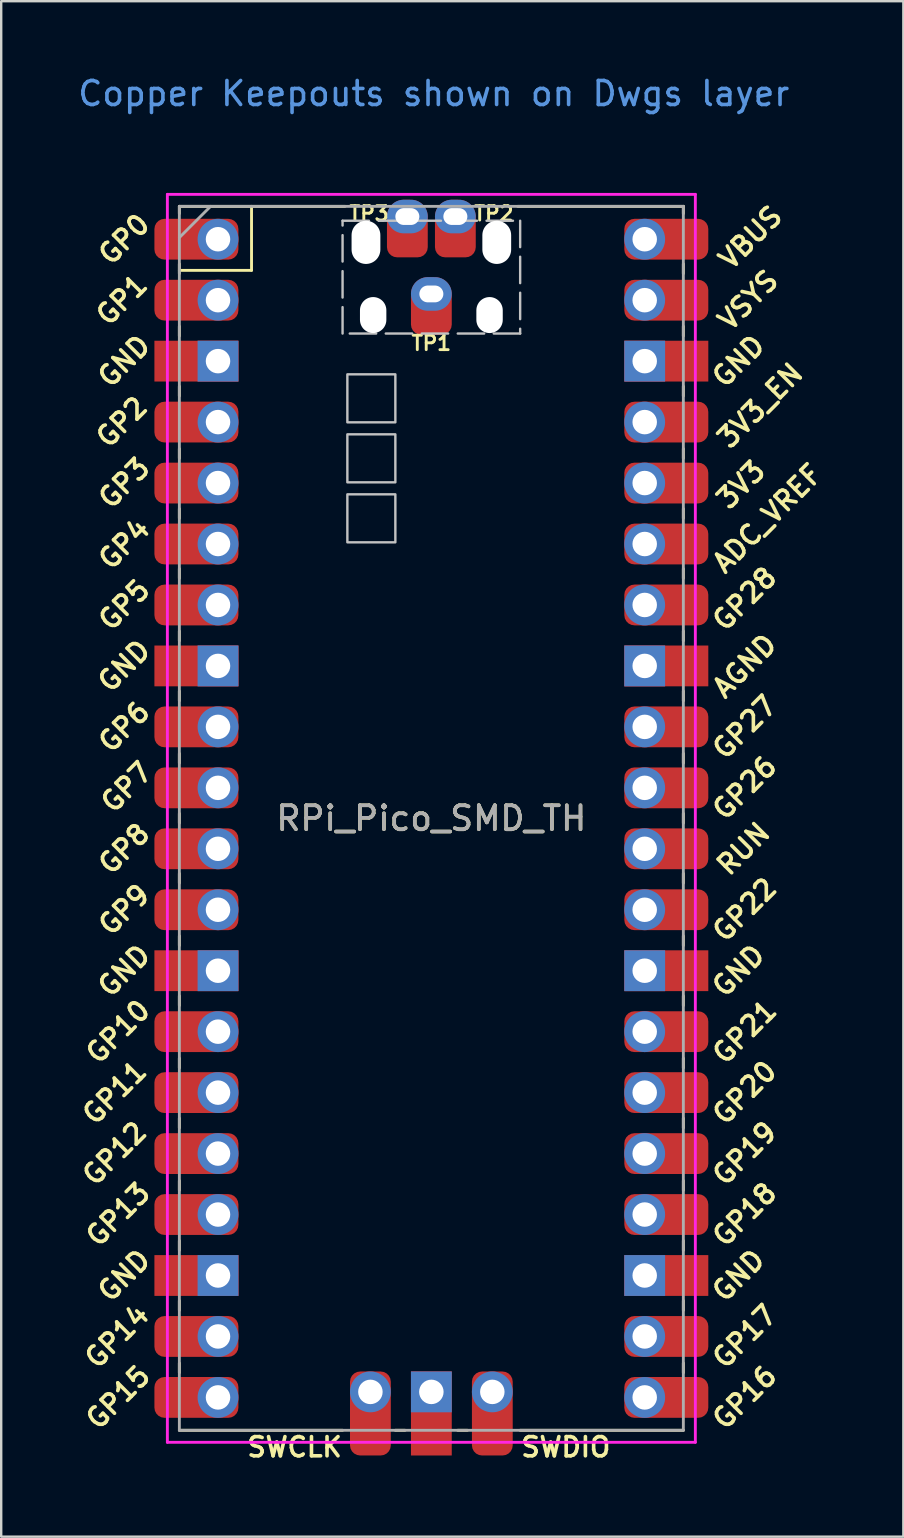
<source format=kicad_pcb>
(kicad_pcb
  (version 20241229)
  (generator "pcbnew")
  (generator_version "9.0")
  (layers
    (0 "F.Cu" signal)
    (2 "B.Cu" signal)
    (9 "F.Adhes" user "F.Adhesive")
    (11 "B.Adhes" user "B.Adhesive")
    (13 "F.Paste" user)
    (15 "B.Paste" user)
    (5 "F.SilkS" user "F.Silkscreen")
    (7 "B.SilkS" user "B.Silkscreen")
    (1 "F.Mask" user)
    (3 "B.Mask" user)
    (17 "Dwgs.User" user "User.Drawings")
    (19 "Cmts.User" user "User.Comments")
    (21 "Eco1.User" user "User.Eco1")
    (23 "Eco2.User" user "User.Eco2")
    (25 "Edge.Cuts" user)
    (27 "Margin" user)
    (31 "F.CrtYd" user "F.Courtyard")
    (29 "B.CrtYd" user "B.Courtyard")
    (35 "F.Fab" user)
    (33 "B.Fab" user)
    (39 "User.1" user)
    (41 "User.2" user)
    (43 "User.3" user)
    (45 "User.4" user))
  (footprint "RPi_Pico_SMD_TH"
    (layer "F.Cu")
    (at 14.924 31.048)
    (property "Reference" "RPi_Pico_SMD_TH" (at 0 0 0) (layer "F.SilkS") (effects (font (size 1 1) (thickness 0.15))))
    (attr through_hole)
    (fp_line (start -10.5 -25.5) (end -10.5 -25.2) (stroke (width 0.12) (type solid)) (layer "F.SilkS"))
    (fp_line (start -10.5 -25.5) (end -3.6 -25.5) (stroke (width 0.12) (type solid)) (layer "F.SilkS"))
    (fp_line (start -10.5 -23.1) (end -10.5 -22.7) (stroke (width 0.12) (type solid)) (layer "F.SilkS"))
    (fp_line (start -10.5 -22.833) (end -7.493 -22.833) (stroke (width 0.12) (type solid)) (layer "F.SilkS"))
    (fp_line (start -10.5 -20.5) (end -10.5 -20.1) (stroke (width 0.12) (type solid)) (layer "F.SilkS"))
    (fp_line (start -10.5 -18) (end -10.5 -17.6) (stroke (width 0.12) (type solid)) (layer "F.SilkS"))
    (fp_line (start -10.5 -15.4) (end -10.5 -15) (stroke (width 0.12) (type solid)) (layer "F.SilkS"))
    (fp_line (start -10.5 -12.9) (end -10.5 -12.5) (stroke (width 0.12) (type solid)) (layer "F.SilkS"))
    (fp_line (start -10.5 -10.4) (end -10.5 -10) (stroke (width 0.12) (type solid)) (layer "F.SilkS"))
    (fp_line (start -10.5 -7.8) (end -10.5 -7.4) (stroke (width 0.12) (type solid)) (layer "F.SilkS"))
    (fp_line (start -10.5 -5.3) (end -10.5 -4.9) (stroke (width 0.12) (type solid)) (layer "F.SilkS"))
    (fp_line (start -10.5 -2.7) (end -10.5 -2.3) (stroke (width 0.12) (type solid)) (layer "F.SilkS"))
    (fp_line (start -10.5 -0.2) (end -10.5 0.2) (stroke (width 0.12) (type solid)) (layer "F.SilkS"))
    (fp_line (start -10.5 2.3) (end -10.5 2.7) (stroke (width 0.12) (type solid)) (layer "F.SilkS"))
    (fp_line (start -10.5 4.9) (end -10.5 5.3) (stroke (width 0.12) (type solid)) (layer "F.SilkS"))
    (fp_line (start -10.5 7.4) (end -10.5 7.8) (stroke (width 0.12) (type solid)) (layer "F.SilkS"))
    (fp_line (start -10.5 10) (end -10.5 10.4) (stroke (width 0.12) (type solid)) (layer "F.SilkS"))
    (fp_line (start -10.5 12.5) (end -10.5 12.9) (stroke (width 0.12) (type solid)) (layer "F.SilkS"))
    (fp_line (start -10.5 15.1) (end -10.5 15.5) (stroke (width 0.12) (type solid)) (layer "F.SilkS"))
    (fp_line (start -10.5 17.6) (end -10.5 18) (stroke (width 0.12) (type solid)) (layer "F.SilkS"))
    (fp_line (start -10.5 20.1) (end -10.5 20.5) (stroke (width 0.12) (type solid)) (layer "F.SilkS"))
    (fp_line (start -10.5 22.7) (end -10.5 23.1) (stroke (width 0.12) (type solid)) (layer "F.SilkS"))
    (fp_line (start -7.493 -22.833) (end -7.493 -25.5) (stroke (width 0.12) (type solid)) (layer "F.SilkS"))
    (fp_line (start -3.7 25.5) (end -10.5 25.5) (stroke (width 0.12) (type solid)) (layer "F.SilkS"))
    (fp_line (start -1.5 25.5) (end -1.1 25.5) (stroke (width 0.12) (type solid)) (layer "F.SilkS"))
    (fp_line (start 1.1 25.5) (end 1.5 25.5) (stroke (width 0.12) (type solid)) (layer "F.SilkS"))
    (fp_line (start 3.6 -25.5) (end 10.5 -25.5) (stroke (width 0.12) (type solid)) (layer "F.SilkS"))
    (fp_line (start 10.5 -25.5) (end 10.5 -25.2) (stroke (width 0.12) (type solid)) (layer "F.SilkS"))
    (fp_line (start 10.5 -23.1) (end 10.5 -22.7) (stroke (width 0.12) (type solid)) (layer "F.SilkS"))
    (fp_line (start 10.5 -20.5) (end 10.5 -20.1) (stroke (width 0.12) (type solid)) (layer "F.SilkS"))
    (fp_line (start 10.5 -18) (end 10.5 -17.6) (stroke (width 0.12) (type solid)) (layer "F.SilkS"))
    (fp_line (start 10.5 -15.4) (end 10.5 -15) (stroke (width 0.12) (type solid)) (layer "F.SilkS"))
    (fp_line (start 10.5 -12.9) (end 10.5 -12.5) (stroke (width 0.12) (type solid)) (layer "F.SilkS"))
    (fp_line (start 10.5 -10.4) (end 10.5 -10) (stroke (width 0.12) (type solid)) (layer "F.SilkS"))
    (fp_line (start 10.5 -7.8) (end 10.5 -7.4) (stroke (width 0.12) (type solid)) (layer "F.SilkS"))
    (fp_line (start 10.5 -5.3) (end 10.5 -4.9) (stroke (width 0.12) (type solid)) (layer "F.SilkS"))
    (fp_line (start 10.5 -2.7) (end 10.5 -2.3) (stroke (width 0.12) (type solid)) (layer "F.SilkS"))
    (fp_line (start 10.5 -0.2) (end 10.5 0.2) (stroke (width 0.12) (type solid)) (layer "F.SilkS"))
    (fp_line (start 10.5 2.3) (end 10.5 2.7) (stroke (width 0.12) (type solid)) (layer "F.SilkS"))
    (fp_line (start 10.5 4.9) (end 10.5 5.3) (stroke (width 0.12) (type solid)) (layer "F.SilkS"))
    (fp_line (start 10.5 7.4) (end 10.5 7.8) (stroke (width 0.12) (type solid)) (layer "F.SilkS"))
    (fp_line (start 10.5 10) (end 10.5 10.4) (stroke (width 0.12) (type solid)) (layer "F.SilkS"))
    (fp_line (start 10.5 12.5) (end 10.5 12.9) (stroke (width 0.12) (type solid)) (layer "F.SilkS"))
    (fp_line (start 10.5 15.1) (end 10.5 15.5) (stroke (width 0.12) (type solid)) (layer "F.SilkS"))
    (fp_line (start 10.5 17.6) (end 10.5 18) (stroke (width 0.12) (type solid)) (layer "F.SilkS"))
    (fp_line (start 10.5 20.1) (end 10.5 20.5) (stroke (width 0.12) (type solid)) (layer "F.SilkS"))
    (fp_line (start 10.5 22.7) (end 10.5 23.1) (stroke (width 0.12) (type solid)) (layer "F.SilkS"))
    (fp_line (start 10.5 25.5) (end 3.7 25.5) (stroke (width 0.12) (type solid)) (layer "F.SilkS"))
    (fp_poly (pts (xy -1.5 -16.5) (xy -3.5 -16.5) (xy -3.5 -18.5) (xy -1.5 -18.5)) (stroke (width 0.1) (type solid)) (fill no) (layer "Dwgs.User"))
    (fp_poly (pts (xy -1.5 -14) (xy -3.5 -14) (xy -3.5 -16) (xy -1.5 -16)) (stroke (width 0.1) (type solid)) (fill no) (layer "Dwgs.User"))
    (fp_poly (pts (xy -1.5 -11.5) (xy -3.5 -11.5) (xy -3.5 -13.5) (xy -1.5 -13.5)) (stroke (width 0.1) (type solid)) (fill no) (layer "Dwgs.User"))
    (fp_poly (pts (xy 3.7 -20.2) (xy -3.7 -20.2) (xy -3.7 -24.9) (xy 3.7 -24.9)) (stroke (width 0.1) (type dash)) (fill no) (layer "Dwgs.User"))
    (fp_line (start -11 -26) (end 11 -26) (stroke (width 0.12) (type solid)) (layer "F.CrtYd"))
    (fp_line (start -11 26) (end -11 -26) (stroke (width 0.12) (type solid)) (layer "F.CrtYd"))
    (fp_line (start 11 -26) (end 11 26) (stroke (width 0.12) (type solid)) (layer "F.CrtYd"))
    (fp_line (start 11 26) (end -11 26) (stroke (width 0.12) (type solid)) (layer "F.CrtYd"))
    (fp_line (start -10.5 -25.5) (end 10.5 -25.5) (stroke (width 0.12) (type solid)) (layer "F.Fab"))
    (fp_line (start -10.5 -24.2) (end -9.2 -25.5) (stroke (width 0.12) (type solid)) (layer "F.Fab"))
    (fp_line (start -10.5 25.5) (end -10.5 -25.5) (stroke (width 0.12) (type solid)) (layer "F.Fab"))
    (fp_line (start 10.5 -25.5) (end 10.5 25.5) (stroke (width 0.12) (type solid)) (layer "F.Fab"))
    (fp_line (start 10.5 25.5) (end -10.5 25.5) (stroke (width 0.12) (type solid)) (layer "F.Fab"))
    (fp_text user "GP4" (at -12.8 -11.43 45) (layer "F.SilkS") (effects (font (size 0.8 0.8) (thickness 0.15))))
    (fp_text user "GP13" (at -13.054 16.51 45) (layer "F.SilkS") (effects (font (size 0.8 0.8) (thickness 0.15))))
    (fp_text user "GP26" (at 13.054 -1.27 45) (layer "F.SilkS") (effects (font (size 0.8 0.8) (thickness 0.15))))
    (fp_text user "TP1" (at 0 -19.8 0) (layer "F.SilkS") (effects (font (size 0.6 0.6) (thickness 0.12) (bold yes))))
    (fp_text user "GND" (at -12.8 -19.05 45) (layer "F.SilkS") (effects (font (size 0.8 0.8) (thickness 0.15))))
    (fp_text user "GP9" (at -12.8 3.81 45) (layer "F.SilkS") (effects (font (size 0.8 0.8) (thickness 0.15))))
    (fp_text user "SWDIO" (at 5.6 26.2 0) (layer "F.SilkS") (effects (font (size 0.8 0.8) (thickness 0.15))))
    (fp_text user "GP8" (at -12.8 1.27 45) (layer "F.SilkS") (effects (font (size 0.8 0.8) (thickness 0.15))))
    (fp_text user "SWCLK" (at -5.7 26.2 0) (layer "F.SilkS") (effects (font (size 0.8 0.8) (thickness 0.15))))
    (fp_text user "GP28" (at 13.054 -9.144 45) (layer "F.SilkS") (effects (font (size 0.8 0.8) (thickness 0.15))))
    (fp_text user "GP0" (at -12.8 -24.13 45) (layer "F.SilkS") (effects (font (size 0.8 0.8) (thickness 0.15))))
    (fp_text user "GP27" (at 13.054 -3.8 45) (layer "F.SilkS") (effects (font (size 0.8 0.8) (thickness 0.15))))
    (fp_text user "GND" (at 12.8 19.05 45) (layer "F.SilkS") (effects (font (size 0.8 0.8) (thickness 0.15))))
    (fp_text user "GND" (at 12.8 -19.05 45) (layer "F.SilkS") (effects (font (size 0.8 0.8) (thickness 0.15))))
    (fp_text user "GND" (at 12.8 6.35 45) (layer "F.SilkS") (effects (font (size 0.8 0.8) (thickness 0.15))))
    (fp_text user "GND" (at -12.8 6.35 45) (layer "F.SilkS") (effects (font (size 0.8 0.8) (thickness 0.15))))
    (fp_text user "GP21" (at 13.054 8.9 45) (layer "F.SilkS") (effects (font (size 0.8 0.8) (thickness 0.15))))
    (fp_text user "TP2" (at 2.6 -25.2 0) (layer "F.SilkS") (effects (font (size 0.6 0.6) (thickness 0.12) (bold yes))))
    (fp_text user "GND" (at -12.8 -6.35 45) (layer "F.SilkS") (effects (font (size 0.8 0.8) (thickness 0.15))))
    (fp_text user "GND" (at -12.8 19.05 45) (layer "F.SilkS") (effects (font (size 0.8 0.8) (thickness 0.15))))
    (fp_text user "GP22" (at 13.054 3.81 45) (layer "F.SilkS") (effects (font (size 0.8 0.8) (thickness 0.15))))
    (fp_text user "GP15" (at -13.054 24.13 45) (layer "F.SilkS") (effects (font (size 0.8 0.8) (thickness 0.15))))
    (fp_text user "GP5" (at -12.8 -8.89 45) (layer "F.SilkS") (effects (font (size 0.8 0.8) (thickness 0.15))))
    (fp_text user "GP11" (at -13.2 11.43 45) (layer "F.SilkS") (effects (font (size 0.8 0.8) (thickness 0.15))))
    (fp_text user "TP3" (at -2.6 -25.2 0) (layer "F.SilkS") (effects (font (size 0.6 0.6) (thickness 0.12) (bold yes))))
    (fp_text user "GP14" (at -13.1 21.59 45) (layer "F.SilkS") (effects (font (size 0.8 0.8) (thickness 0.15))))
    (fp_text user "GP7" (at -12.7 -1.3 45) (layer "F.SilkS") (effects (font (size 0.8 0.8) (thickness 0.15))))
    (fp_text user "GP2" (at -12.9 -16.51 45) (layer "F.SilkS") (effects (font (size 0.8 0.8) (thickness 0.15))))
    (fp_text user "GP19" (at 13.054 13.97 45) (layer "F.SilkS") (effects (font (size 0.8 0.8) (thickness 0.15))))
    (fp_text user "GP3" (at -12.8 -13.97 45) (layer "F.SilkS") (effects (font (size 0.8 0.8) (thickness 0.15))))
    (fp_text user "GP6" (at -12.8 -3.81 45) (layer "F.SilkS") (effects (font (size 0.8 0.8) (thickness 0.15))))
    (fp_text user "3V3_EN" (at 13.7 -17.2 45) (layer "F.SilkS") (effects (font (size 0.8 0.8) (thickness 0.15))))
    (fp_text user "VBUS" (at 13.3 -24.2 45) (layer "F.SilkS") (effects (font (size 0.8 0.8) (thickness 0.15))))
    (fp_text user "GP10" (at -13.054 8.89 45) (layer "F.SilkS") (effects (font (size 0.8 0.8) (thickness 0.15))))
    (fp_text user "3V3" (at 12.9 -13.9 45) (layer "F.SilkS") (effects (font (size 0.8 0.8) (thickness 0.15))))
    (fp_text user "GP12" (at -13.2 13.97 45) (layer "F.SilkS") (effects (font (size 0.8 0.8) (thickness 0.15))))
    (fp_text user "VSYS" (at 13.2 -21.59 45) (layer "F.SilkS") (effects (font (size 0.8 0.8) (thickness 0.15))))
    (fp_text user "ADC_VREF" (at 14 -12.5 45) (layer "F.SilkS") (effects (font (size 0.8 0.8) (thickness 0.15))))
    (fp_text user "GP17" (at 13.054 21.59 45) (layer "F.SilkS") (effects (font (size 0.8 0.8) (thickness 0.15))))
    (fp_text user "RUN" (at 13 1.27 45) (layer "F.SilkS") (effects (font (size 0.8 0.8) (thickness 0.15))))
    (fp_text user "GP20" (at 13.054 11.43 45) (layer "F.SilkS") (effects (font (size 0.8 0.8) (thickness 0.15))))
    (fp_text user "GP16" (at 13.054 24.13 45) (layer "F.SilkS") (effects (font (size 0.8 0.8) (thickness 0.15))))
    (fp_text user "AGND" (at 13.054 -6.35 45) (layer "F.SilkS") (effects (font (size 0.8 0.8) (thickness 0.15))))
    (fp_text user "GP1" (at -12.9 -21.6 45) (layer "F.SilkS") (effects (font (size 0.8 0.8) (thickness 0.15))))
    (fp_text user "GP18" (at 13.054 16.51 45) (layer "F.SilkS") (effects (font (size 0.8 0.8) (thickness 0.15))))
    (fp_text user "Copper Keepouts shown on Dwgs layer" (at 0.1 -30.2 0) (layer "Cmts.User") (effects (font (size 1 1) (thickness 0.15))))
    (fp_text user "${REFERENCE}" (at 0 0 180) (layer "F.Fab") (effects (font (size 1 1) (thickness 0.15))))
    (pad "" np_thru_hole oval (at -2.725 -24) (size 1.2 1.8) (drill oval 1.2 1.8) (layers "*.Cu" "*.Mask"))
    (pad "" np_thru_hole oval (at -2.425 -20.97) (size 1.1 1.5) (drill oval 1.1 1.5) (layers "*.Cu" "*.Mask"))
    (pad "" np_thru_hole oval (at 2.425 -20.97) (size 1.1 1.5) (drill oval 1.1 1.5) (layers "*.Cu" "*.Mask"))
    (pad "" np_thru_hole oval (at 2.725 -24) (size 1.2 1.8) (drill oval 1.2 1.8) (layers "*.Cu" "*.Mask"))
    (pad "1" thru_hole oval (at -8.89 -24.13) (size 1.7 1.7) (drill 1.02) (layers "*.Cu" "*.Mask"))
    (pad "1" smd roundrect (at -8.89 -24.13) (size 3.5 1.7) (drill (offset -0.9 0)) (layers "F.Cu" "F.Mask") (roundrect_rratio 0.25))
    (pad "2" thru_hole oval (at -8.89 -21.59) (size 1.7 1.7) (drill 1.02) (layers "*.Cu" "*.Mask"))
    (pad "2" smd roundrect (at -8.89 -21.59) (size 3.5 1.7) (drill (offset -0.9 0)) (layers "F.Cu" "F.Mask") (roundrect_rratio 0.25))
    (pad "3" thru_hole rect (at -8.89 -19.05) (size 1.7 1.7) (drill 1.02) (layers "*.Cu" "*.Mask"))
    (pad "3" smd rect (at -8.89 -19.05) (size 3.5 1.7) (drill (offset -0.9 0)) (layers "F.Cu" "F.Mask"))
    (pad "4" thru_hole oval (at -8.89 -16.51) (size 1.7 1.7) (drill 1.02) (layers "*.Cu" "*.Mask"))
    (pad "4" smd roundrect (at -8.89 -16.51) (size 3.5 1.7) (drill (offset -0.9 0)) (layers "F.Cu" "F.Mask") (roundrect_rratio 0.25))
    (pad "5" thru_hole oval (at -8.89 -13.97) (size 1.7 1.7) (drill 1.02) (layers "*.Cu" "*.Mask"))
    (pad "5" smd roundrect (at -8.89 -13.97) (size 3.5 1.7) (drill (offset -0.9 0)) (layers "F.Cu" "F.Mask") (roundrect_rratio 0.25))
    (pad "6" thru_hole oval (at -8.89 -11.43) (size 1.7 1.7) (drill 1.02) (layers "*.Cu" "*.Mask"))
    (pad "6" smd roundrect (at -8.89 -11.43) (size 3.5 1.7) (drill (offset -0.9 0)) (layers "F.Cu" "F.Mask") (roundrect_rratio 0.25))
    (pad "7" thru_hole oval (at -8.89 -8.89) (size 1.7 1.7) (drill 1.02) (layers "*.Cu" "*.Mask"))
    (pad "7" smd roundrect (at -8.89 -8.89) (size 3.5 1.7) (drill (offset -0.9 0)) (layers "F.Cu" "F.Mask") (roundrect_rratio 0.25))
    (pad "8" thru_hole rect (at -8.89 -6.35) (size 1.7 1.7) (drill 1.02) (layers "*.Cu" "*.Mask"))
    (pad "8" smd rect (at -8.89 -6.35) (size 3.5 1.7) (drill (offset -0.9 0)) (layers "F.Cu" "F.Mask"))
    (pad "9" thru_hole oval (at -8.89 -3.81) (size 1.7 1.7) (drill 1.02) (layers "*.Cu" "*.Mask"))
    (pad "9" smd roundrect (at -8.89 -3.81) (size 3.5 1.7) (drill (offset -0.9 0)) (layers "F.Cu" "F.Mask") (roundrect_rratio 0.25))
    (pad "10" thru_hole oval (at -8.89 -1.27) (size 1.7 1.7) (drill 1.02) (layers "*.Cu" "*.Mask"))
    (pad "10" smd roundrect (at -8.89 -1.27) (size 3.5 1.7) (drill (offset -0.9 0)) (layers "F.Cu" "F.Mask") (roundrect_rratio 0.25))
    (pad "11" thru_hole oval (at -8.89 1.27) (size 1.7 1.7) (drill 1.02) (layers "*.Cu" "*.Mask"))
    (pad "11" smd roundrect (at -8.89 1.27) (size 3.5 1.7) (drill (offset -0.9 0)) (layers "F.Cu" "F.Mask") (roundrect_rratio 0.25))
    (pad "12" thru_hole oval (at -8.89 3.81) (size 1.7 1.7) (drill 1.02) (layers "*.Cu" "*.Mask"))
    (pad "12" smd roundrect (at -8.89 3.81) (size 3.5 1.7) (drill (offset -0.9 0)) (layers "F.Cu" "F.Mask") (roundrect_rratio 0.25))
    (pad "13" thru_hole rect (at -8.89 6.35) (size 1.7 1.7) (drill 1.02) (layers "*.Cu" "*.Mask"))
    (pad "13" smd rect (at -8.89 6.35) (size 3.5 1.7) (drill (offset -0.9 0)) (layers "F.Cu" "F.Mask"))
    (pad "14" thru_hole oval (at -8.89 8.89) (size 1.7 1.7) (drill 1.02) (layers "*.Cu" "*.Mask"))
    (pad "14" smd roundrect (at -8.89 8.89) (size 3.5 1.7) (drill (offset -0.9 0)) (layers "F.Cu" "F.Mask") (roundrect_rratio 0.25))
    (pad "15" thru_hole oval (at -8.89 11.43) (size 1.7 1.7) (drill 1.02) (layers "*.Cu" "*.Mask"))
    (pad "15" smd roundrect (at -8.89 11.43) (size 3.5 1.7) (drill (offset -0.9 0)) (layers "F.Cu" "F.Mask") (roundrect_rratio 0.25))
    (pad "16" thru_hole oval (at -8.89 13.97) (size 1.7 1.7) (drill 1.02) (layers "*.Cu" "*.Mask"))
    (pad "16" smd roundrect (at -8.89 13.97) (size 3.5 1.7) (drill (offset -0.9 0)) (layers "F.Cu" "F.Mask") (roundrect_rratio 0.25))
    (pad "17" thru_hole oval (at -8.89 16.51) (size 1.7 1.7) (drill 1.02) (layers "*.Cu" "*.Mask"))
    (pad "17" smd roundrect (at -8.89 16.51) (size 3.5 1.7) (drill (offset -0.9 0)) (layers "F.Cu" "F.Mask") (roundrect_rratio 0.25))
    (pad "18" thru_hole rect (at -8.89 19.05) (size 1.7 1.7) (drill 1.02) (layers "*.Cu" "*.Mask"))
    (pad "18" smd rect (at -8.89 19.05) (size 3.5 1.7) (drill (offset -0.9 0)) (layers "F.Cu" "F.Mask"))
    (pad "19" thru_hole oval (at -8.89 21.59) (size 1.7 1.7) (drill 1.02) (layers "*.Cu" "*.Mask"))
    (pad "19" smd roundrect (at -8.89 21.59) (size 3.5 1.7) (drill (offset -0.9 0)) (layers "F.Cu" "F.Mask") (roundrect_rratio 0.25))
    (pad "20" thru_hole oval (at -8.89 24.13) (size 1.7 1.7) (drill 1.02) (layers "*.Cu" "*.Mask"))
    (pad "20" smd roundrect (at -8.89 24.13) (size 3.5 1.7) (drill (offset -0.9 0)) (layers "F.Cu" "F.Mask") (roundrect_rratio 0.25))
    (pad "21" thru_hole oval (at 8.89 24.13) (size 1.7 1.7) (drill 1.02) (layers "*.Cu" "*.Mask"))
    (pad "21" smd roundrect (at 8.89 24.13) (size 3.5 1.7) (drill (offset 0.9 0)) (layers "F.Cu" "F.Mask") (roundrect_rratio 0.25))
    (pad "22" thru_hole oval (at 8.89 21.59) (size 1.7 1.7) (drill 1.02) (layers "*.Cu" "*.Mask"))
    (pad "22" smd roundrect (at 8.89 21.59) (size 3.5 1.7) (drill (offset 0.9 0)) (layers "F.Cu" "F.Mask") (roundrect_rratio 0.25))
    (pad "23" thru_hole rect (at 8.89 19.05) (size 1.7 1.7) (drill 1.02) (layers "*.Cu" "*.Mask"))
    (pad "23" smd rect (at 8.89 19.05) (size 3.5 1.7) (drill (offset 0.9 0)) (layers "F.Cu" "F.Mask"))
    (pad "24" thru_hole oval (at 8.89 16.51) (size 1.7 1.7) (drill 1.02) (layers "*.Cu" "*.Mask"))
    (pad "24" smd roundrect (at 8.89 16.51) (size 3.5 1.7) (drill (offset 0.9 0)) (layers "F.Cu" "F.Mask") (roundrect_rratio 0.25))
    (pad "25" thru_hole oval (at 8.89 13.97) (size 1.7 1.7) (drill 1.02) (layers "*.Cu" "*.Mask"))
    (pad "25" smd roundrect (at 8.89 13.97) (size 3.5 1.7) (drill (offset 0.9 0)) (layers "F.Cu" "F.Mask") (roundrect_rratio 0.25))
    (pad "26" thru_hole oval (at 8.89 11.43) (size 1.7 1.7) (drill 1.02) (layers "*.Cu" "*.Mask"))
    (pad "26" smd roundrect (at 8.89 11.43) (size 3.5 1.7) (drill (offset 0.9 0)) (layers "F.Cu" "F.Mask") (roundrect_rratio 0.25))
    (pad "27" thru_hole oval (at 8.89 8.89) (size 1.7 1.7) (drill 1.02) (layers "*.Cu" "*.Mask"))
    (pad "27" smd roundrect (at 8.89 8.89) (size 3.5 1.7) (drill (offset 0.9 0)) (layers "F.Cu" "F.Mask") (roundrect_rratio 0.25))
    (pad "28" thru_hole rect (at 8.89 6.35) (size 1.7 1.7) (drill 1.02) (layers "*.Cu" "*.Mask"))
    (pad "28" smd rect (at 8.89 6.35) (size 3.5 1.7) (drill (offset 0.9 0)) (layers "F.Cu" "F.Mask"))
    (pad "29" thru_hole oval (at 8.89 3.81) (size 1.7 1.7) (drill 1.02) (layers "*.Cu" "*.Mask"))
    (pad "29" smd roundrect (at 8.89 3.81) (size 3.5 1.7) (drill (offset 0.9 0)) (layers "F.Cu" "F.Mask") (roundrect_rratio 0.25))
    (pad "30" thru_hole oval (at 8.89 1.27) (size 1.7 1.7) (drill 1.02) (layers "*.Cu" "*.Mask"))
    (pad "30" smd roundrect (at 8.89 1.27) (size 3.5 1.7) (drill (offset 0.9 0)) (layers "F.Cu" "F.Mask") (roundrect_rratio 0.25))
    (pad "31" thru_hole oval (at 8.89 -1.27) (size 1.7 1.7) (drill 1.02) (layers "*.Cu" "*.Mask"))
    (pad "31" smd roundrect (at 8.89 -1.27) (size 3.5 1.7) (drill (offset 0.9 0)) (layers "F.Cu" "F.Mask") (roundrect_rratio 0.25))
    (pad "32" thru_hole oval (at 8.89 -3.81) (size 1.7 1.7) (drill 1.02) (layers "*.Cu" "*.Mask"))
    (pad "32" smd roundrect (at 8.89 -3.81) (size 3.5 1.7) (drill (offset 0.9 0)) (layers "F.Cu" "F.Mask") (roundrect_rratio 0.25))
    (pad "33" thru_hole rect (at 8.89 -6.35) (size 1.7 1.7) (drill 1.02) (layers "*.Cu" "*.Mask"))
    (pad "33" smd rect (at 8.89 -6.35) (size 3.5 1.7) (drill (offset 0.9 0)) (layers "F.Cu" "F.Mask"))
    (pad "34" thru_hole oval (at 8.89 -8.89) (size 1.7 1.7) (drill 1.02) (layers "*.Cu" "*.Mask"))
    (pad "34" smd roundrect (at 8.89 -8.89) (size 3.5 1.7) (drill (offset 0.9 0)) (layers "F.Cu" "F.Mask") (roundrect_rratio 0.25))
    (pad "35" thru_hole oval (at 8.89 -11.43) (size 1.7 1.7) (drill 1.02) (layers "*.Cu" "*.Mask"))
    (pad "35" smd roundrect (at 8.89 -11.43) (size 3.5 1.7) (drill (offset 0.9 0)) (layers "F.Cu" "F.Mask") (roundrect_rratio 0.25))
    (pad "36" thru_hole oval (at 8.89 -13.97) (size 1.7 1.7) (drill 1.02) (layers "*.Cu" "*.Mask"))
    (pad "36" smd roundrect (at 8.89 -13.97) (size 3.5 1.7) (drill (offset 0.9 0)) (layers "F.Cu" "F.Mask") (roundrect_rratio 0.25))
    (pad "37" thru_hole oval (at 8.89 -16.51) (size 1.7 1.7) (drill 1.02) (layers "*.Cu" "*.Mask"))
    (pad "37" smd roundrect (at 8.89 -16.51) (size 3.5 1.7) (drill (offset 0.9 0)) (layers "F.Cu" "F.Mask") (roundrect_rratio 0.25))
    (pad "38" thru_hole rect (at 8.89 -19.05) (size 1.7 1.7) (drill 1.02) (layers "*.Cu" "*.Mask"))
    (pad "38" smd rect (at 8.89 -19.05) (size 3.5 1.7) (drill (offset 0.9 0)) (layers "F.Cu" "F.Mask"))
    (pad "39" thru_hole oval (at 8.89 -21.59) (size 1.7 1.7) (drill 1.02) (layers "*.Cu" "*.Mask"))
    (pad "39" smd roundrect (at 8.89 -21.59) (size 3.5 1.7) (drill (offset 0.9 0)) (layers "F.Cu" "F.Mask") (roundrect_rratio 0.25))
    (pad "40" thru_hole oval (at 8.89 -24.13) (size 1.7 1.7) (drill 1.02) (layers "*.Cu" "*.Mask"))
    (pad "40" smd roundrect (at 8.89 -24.13) (size 3.5 1.7) (drill (offset 0.9 0)) (layers "F.Cu" "F.Mask") (roundrect_rratio 0.25))
    (pad "41" thru_hole oval (at -2.54 23.9) (size 1.7 1.7) (drill 1.02) (layers "*.Cu" "*.Mask"))
    (pad "41" smd roundrect (at -2.54 23.9 90) (size 3.5 1.7) (drill (offset -0.9 0)) (layers "F.Cu" "F.Mask") (roundrect_rratio 0.25))
    (pad "42" thru_hole rect (at 0 23.9) (size 1.7 1.7) (drill 1.02) (layers "*.Cu" "*.Mask"))
    (pad "42" smd rect (at 0 23.9 90) (size 3.5 1.7) (drill (offset -0.9 0)) (layers "F.Cu" "F.Mask"))
    (pad "43" thru_hole oval (at 2.54 23.9) (size 1.7 1.7) (drill 1.02) (layers "*.Cu" "*.Mask"))
    (pad "43" smd roundrect (at 2.54 23.9 90) (size 3.5 1.7) (drill (offset -0.9 0)) (layers "F.Cu" "F.Mask") (roundrect_rratio 0.25))
    (pad "44" thru_hole oval (at 0 -21.85) (size 1.7 1.4) (drill oval 1 0.7) (layers "*.Cu" "*.Mask"))
    (pad "44" smd roundrect (at 0 -21.175) (size 1.7 2.05) (layers "F.Cu" "F.Mask") (roundrect_rratio 0.25))
    (pad "45" thru_hole oval (at 1 -25.075) (size 1.7 1.4) (drill oval 1 0.7) (layers "*.Cu" "*.Mask"))
    (pad "45" smd roundrect (at 1 -24.4) (size 1.7 2.05) (layers "F.Cu" "F.Mask") (roundrect_rratio 0.25))
    (pad "46" thru_hole oval (at -1 -25.075) (size 1.7 1.4) (drill oval 1 0.7) (layers "*.Cu" "*.Mask"))
    (pad "46" smd roundrect (at -1 -24.4) (size 1.7 2.05) (layers "F.Cu" "F.Mask") (roundrect_rratio 0.25)))
  (gr_rect
    (start -3 -3)
    (end 34.591 60.98)
    (stroke (width 0.1) (type default))
    (fill no)
    (layer "Edge.Cuts")))
</source>
